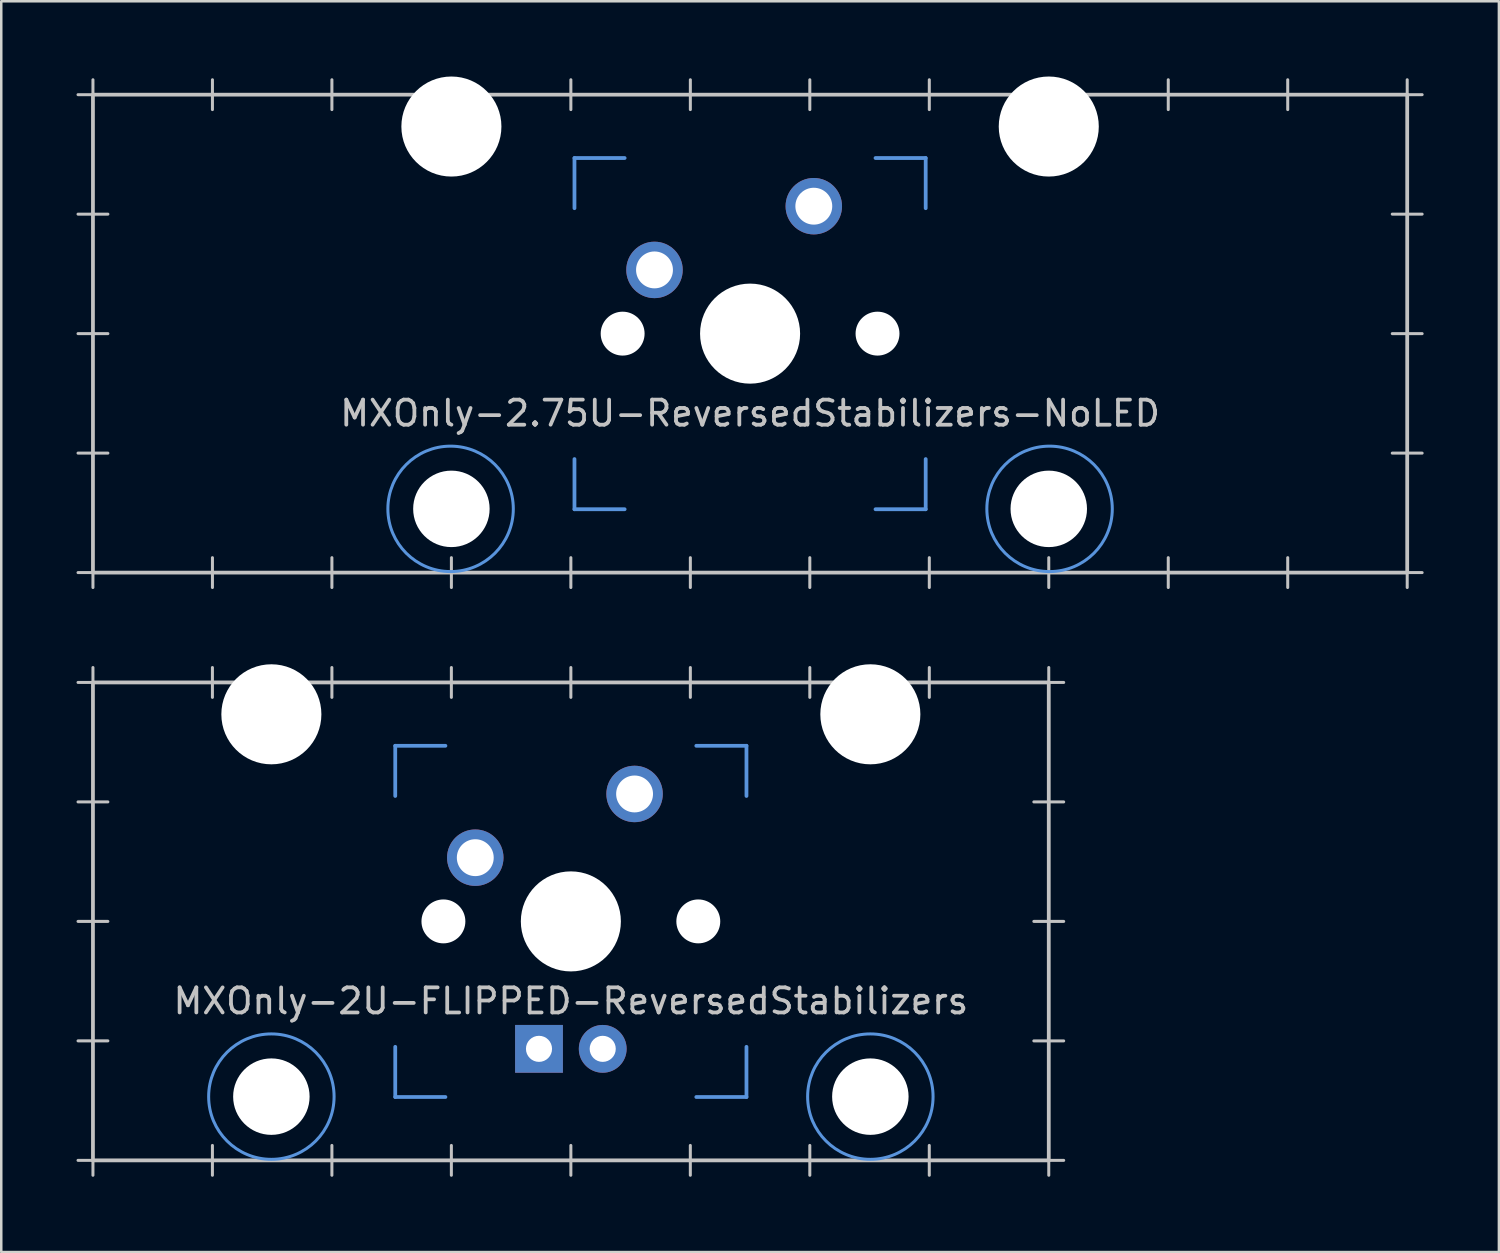
<source format=kicad_pcb>
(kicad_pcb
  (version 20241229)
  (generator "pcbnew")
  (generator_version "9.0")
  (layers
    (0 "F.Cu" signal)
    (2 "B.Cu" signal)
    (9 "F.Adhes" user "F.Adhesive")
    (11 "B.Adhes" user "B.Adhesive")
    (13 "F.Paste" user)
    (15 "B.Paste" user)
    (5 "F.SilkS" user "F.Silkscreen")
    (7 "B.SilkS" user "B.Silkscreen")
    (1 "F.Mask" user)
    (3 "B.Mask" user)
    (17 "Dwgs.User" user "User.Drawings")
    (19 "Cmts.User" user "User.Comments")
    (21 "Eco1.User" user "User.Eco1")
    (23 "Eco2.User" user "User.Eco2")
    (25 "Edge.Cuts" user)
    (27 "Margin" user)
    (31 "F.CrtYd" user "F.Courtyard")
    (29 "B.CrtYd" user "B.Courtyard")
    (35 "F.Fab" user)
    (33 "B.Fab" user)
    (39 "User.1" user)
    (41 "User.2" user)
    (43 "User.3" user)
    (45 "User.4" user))
  (footprint "MXOnly-2.75U-ReversedStabilizers-NoLED"
    (layer "F.Cu")
    (at 26.849 10.249)
    (property "Reference" "MXOnly-2.75U-ReversedStabilizers-NoLED" (at 0 3.175 0) (layer "Dwgs.User") (effects (font (size 1 1) (thickness 0.15))))
    (attr through_hole)
    (fp_line (start -26.789 -9.525) (end -26.194 -9.525) (stroke (width 0.12) (type solid)) (layer "Dwgs.User"))
    (fp_line (start -26.789 -0.000008) (end -25.598 -0.000008) (stroke (width 0.12) (type solid)) (layer "Dwgs.User"))
    (fp_line (start -26.789 4.762) (end -25.598 4.762) (stroke (width 0.12) (type solid)) (layer "Dwgs.User"))
    (fp_line (start -26.789 9.525) (end -26.194 9.525) (stroke (width 0.12) (type solid)) (layer "Dwgs.User"))
    (fp_line (start -26.194 10.12) (end -26.194 9.525) (stroke (width 0.12) (type solid)) (layer "Dwgs.User"))
    (fp_line (start -26.194 -10.12) (end -26.194 -9.525) (stroke (width 0.12) (type solid)) (layer "Dwgs.User"))
    (fp_line (start -26.194 -9.525) (end 26.194 -9.525) (stroke (width 0.15) (type solid)) (layer "Dwgs.User"))
    (fp_line (start -26.194 9.525) (end -26.194 -9.525) (stroke (width 0.15) (type solid)) (layer "Dwgs.User"))
    (fp_line (start -26.194 9.525) (end 26.194 9.525) (stroke (width 0.15) (type solid)) (layer "Dwgs.User"))
    (fp_line (start -25.598 -4.763) (end -26.789 -4.763) (stroke (width 0.12) (type solid)) (layer "Dwgs.User"))
    (fp_line (start -21.431 8.93) (end -21.431 10.12) (stroke (width 0.12) (type solid)) (layer "Dwgs.User"))
    (fp_line (start -21.431 -10.12) (end -21.431 -8.93) (stroke (width 0.12) (type solid)) (layer "Dwgs.User"))
    (fp_line (start -16.669 8.93) (end -16.669 10.12) (stroke (width 0.12) (type solid)) (layer "Dwgs.User"))
    (fp_line (start -16.669 -10.12) (end -16.669 -8.93) (stroke (width 0.12) (type solid)) (layer "Dwgs.User"))
    (fp_line (start -11.906 10.12) (end -11.906 8.93) (stroke (width 0.12) (type solid)) (layer "Dwgs.User"))
    (fp_line (start -11.906 -8.93) (end -11.906 -10.12) (stroke (width 0.12) (type solid)) (layer "Dwgs.User"))
    (fp_line (start -7.144 8.93) (end -7.144 10.12) (stroke (width 0.12) (type solid)) (layer "Dwgs.User"))
    (fp_line (start -7.144 -10.12) (end -7.144 -8.93) (stroke (width 0.12) (type solid)) (layer "Dwgs.User"))
    (fp_line (start -2.381 10.12) (end -2.381 8.93) (stroke (width 0.12) (type solid)) (layer "Dwgs.User"))
    (fp_line (start -2.381 -8.93) (end -2.381 -10.12) (stroke (width 0.12) (type solid)) (layer "Dwgs.User"))
    (fp_line (start 2.381 8.93) (end 2.381 10.12) (stroke (width 0.12) (type solid)) (layer "Dwgs.User"))
    (fp_line (start 2.381 -10.12) (end 2.381 -8.93) (stroke (width 0.12) (type solid)) (layer "Dwgs.User"))
    (fp_line (start 7.144 10.12) (end 7.144 8.93) (stroke (width 0.12) (type solid)) (layer "Dwgs.User"))
    (fp_line (start 7.144 -8.93) (end 7.144 -10.12) (stroke (width 0.12) (type solid)) (layer "Dwgs.User"))
    (fp_line (start 11.906 10.12) (end 11.906 8.93) (stroke (width 0.12) (type solid)) (layer "Dwgs.User"))
    (fp_line (start 11.906 -8.93) (end 11.906 -10.12) (stroke (width 0.12) (type solid)) (layer "Dwgs.User"))
    (fp_line (start 16.669 8.93) (end 16.669 10.12) (stroke (width 0.12) (type solid)) (layer "Dwgs.User"))
    (fp_line (start 16.669 -8.93) (end 16.669 -10.12) (stroke (width 0.12) (type solid)) (layer "Dwgs.User"))
    (fp_line (start 21.431 8.93) (end 21.431 10.12) (stroke (width 0.12) (type solid)) (layer "Dwgs.User"))
    (fp_line (start 21.431 -8.93) (end 21.431 -10.12) (stroke (width 0.12) (type solid)) (layer "Dwgs.User"))
    (fp_line (start 25.598 4.763) (end 26.789 4.763) (stroke (width 0.12) (type solid)) (layer "Dwgs.User"))
    (fp_line (start 26.194 -9.525) (end 26.194 9.525) (stroke (width 0.15) (type solid)) (layer "Dwgs.User"))
    (fp_line (start 26.194 10.12) (end 26.194 9.525) (stroke (width 0.12) (type solid)) (layer "Dwgs.User"))
    (fp_line (start 26.194 -10.12) (end 26.194 -9.525) (stroke (width 0.12) (type solid)) (layer "Dwgs.User"))
    (fp_line (start 26.789 -9.525) (end 26.194 -9.525) (stroke (width 0.12) (type solid)) (layer "Dwgs.User"))
    (fp_line (start 26.789 -4.763) (end 25.598 -4.763) (stroke (width 0.12) (type solid)) (layer "Dwgs.User"))
    (fp_line (start 26.789 0) (end 25.598 0) (stroke (width 0.12) (type solid)) (layer "Dwgs.User"))
    (fp_line (start 26.789 9.525) (end 26.194 9.525) (stroke (width 0.12) (type solid)) (layer "Dwgs.User"))
    (fp_line (start -7 -7) (end -7 -5) (stroke (width 0.15) (type solid)) (layer "Cmts.User"))
    (fp_line (start -7 7) (end -7 5) (stroke (width 0.15) (type solid)) (layer "Cmts.User"))
    (fp_line (start -5 -7) (end -7 -7) (stroke (width 0.15) (type solid)) (layer "Cmts.User"))
    (fp_line (start -5 7) (end -7 7) (stroke (width 0.15) (type solid)) (layer "Cmts.User"))
    (fp_line (start 5 -7) (end 7 -7) (stroke (width 0.15) (type solid)) (layer "Cmts.User"))
    (fp_line (start 7 -7) (end 7 -5) (stroke (width 0.15) (type solid)) (layer "Cmts.User"))
    (fp_line (start 7 5) (end 7 7) (stroke (width 0.15) (type solid)) (layer "Cmts.User"))
    (fp_line (start 7 7) (end 5 7) (stroke (width 0.15) (type solid)) (layer "Cmts.User"))
    (fp_circle (center -11.938 6.985) (end -14.438 6.985) (stroke (width 0.12) (type solid)) (fill no) (layer "Cmts.User"))
    (fp_circle (center 11.938 6.985) (end 9.438 6.985) (stroke (width 0.12) (type solid)) (fill no) (layer "Cmts.User"))
    (pad "" np_thru_hole circle (at -11.906 -8.255) (size 3.988 3.988) (drill 3.988) (layers "*.Cu" "*.Mask"))
    (pad "" np_thru_hole circle (at -11.906 6.985) (size 3.048 3.048) (drill 3.048) (layers "*.Cu" "*.Mask"))
    (pad "" np_thru_hole circle (at -5.08 0 48.1) (size 1.75 1.75) (drill 1.75) (layers "*.Cu" "*.Mask"))
    (pad "" np_thru_hole circle (at 0 0) (size 3.988 3.988) (drill 3.988) (layers "*.Cu" "*.Mask"))
    (pad "" np_thru_hole circle (at 5.08 0 48.1) (size 1.75 1.75) (drill 1.75) (layers "*.Cu" "*.Mask"))
    (pad "" np_thru_hole circle (at 11.906 -8.255) (size 3.988 3.988) (drill 3.988) (layers "*.Cu" "*.Mask"))
    (pad "" np_thru_hole circle (at 11.906 6.985) (size 3.048 3.048) (drill 3.048) (layers "*.Cu" "*.Mask"))
    (pad "1" thru_hole circle (at -3.81 -2.54) (size 2.25 2.25) (drill 1.47) (layers "*.Cu" "B.Mask"))
    (pad "2" thru_hole circle (at 2.54 -5.08) (size 2.25 2.25) (drill 1.47) (layers "*.Cu" "B.Mask")))
  (footprint "MXOnly-2U-FLIPPED-ReversedStabilizers"
    (layer "F.Cu")
    (at 19.705 33.678)
    (property "Reference" "MXOnly-2U-FLIPPED-ReversedStabilizers" (at 0 3.175 0) (layer "Dwgs.User") (effects (font (size 1 1) (thickness 0.15))))
    (attr through_hole)
    (fp_line (start -19.645 -9.525) (end -19.05 -9.525) (stroke (width 0.12) (type solid)) (layer "Dwgs.User"))
    (fp_line (start -19.645 -0.000008) (end -18.455 -0.000008) (stroke (width 0.12) (type solid)) (layer "Dwgs.User"))
    (fp_line (start -19.645 4.762) (end -18.455 4.762) (stroke (width 0.12) (type solid)) (layer "Dwgs.User"))
    (fp_line (start -19.645 9.525) (end -19.05 9.525) (stroke (width 0.12) (type solid)) (layer "Dwgs.User"))
    (fp_line (start -19.05 10.12) (end -19.05 9.525) (stroke (width 0.12) (type solid)) (layer "Dwgs.User"))
    (fp_line (start -19.05 -10.12) (end -19.05 -9.525) (stroke (width 0.12) (type solid)) (layer "Dwgs.User"))
    (fp_line (start -19.05 -9.525) (end 19.05 -9.525) (stroke (width 0.15) (type solid)) (layer "Dwgs.User"))
    (fp_line (start -19.05 9.525) (end -19.05 -9.525) (stroke (width 0.15) (type solid)) (layer "Dwgs.User"))
    (fp_line (start -19.05 9.525) (end 19.05 9.525) (stroke (width 0.15) (type solid)) (layer "Dwgs.User"))
    (fp_line (start -18.455 -4.763) (end -19.645 -4.763) (stroke (width 0.12) (type solid)) (layer "Dwgs.User"))
    (fp_line (start -14.288 8.93) (end -14.288 10.12) (stroke (width 0.12) (type solid)) (layer "Dwgs.User"))
    (fp_line (start -14.288 -10.12) (end -14.288 -8.93) (stroke (width 0.12) (type solid)) (layer "Dwgs.User"))
    (fp_line (start -9.525 8.93) (end -9.525 10.12) (stroke (width 0.12) (type solid)) (layer "Dwgs.User"))
    (fp_line (start -9.525 -10.12) (end -9.525 -8.93) (stroke (width 0.12) (type solid)) (layer "Dwgs.User"))
    (fp_line (start -4.763 10.12) (end -4.763 8.93) (stroke (width 0.12) (type solid)) (layer "Dwgs.User"))
    (fp_line (start -4.763 -8.93) (end -4.763 -10.12) (stroke (width 0.12) (type solid)) (layer "Dwgs.User"))
    (fp_line (start -0.000018 8.93) (end -0.000018 10.12) (stroke (width 0.12) (type solid)) (layer "Dwgs.User"))
    (fp_line (start 0 -10.12) (end 0 -8.93) (stroke (width 0.12) (type solid)) (layer "Dwgs.User"))
    (fp_line (start 4.762 10.12) (end 4.762 8.93) (stroke (width 0.12) (type solid)) (layer "Dwgs.User"))
    (fp_line (start 4.763 -8.93) (end 4.763 -10.12) (stroke (width 0.12) (type solid)) (layer "Dwgs.User"))
    (fp_line (start 9.525 8.93) (end 9.525 10.12) (stroke (width 0.12) (type solid)) (layer "Dwgs.User"))
    (fp_line (start 9.525 -10.12) (end 9.525 -8.93) (stroke (width 0.12) (type solid)) (layer "Dwgs.User"))
    (fp_line (start 14.287 10.12) (end 14.287 8.93) (stroke (width 0.12) (type solid)) (layer "Dwgs.User"))
    (fp_line (start 14.288 -8.93) (end 14.288 -10.12) (stroke (width 0.12) (type solid)) (layer "Dwgs.User"))
    (fp_line (start 18.455 4.763) (end 19.645 4.763) (stroke (width 0.12) (type solid)) (layer "Dwgs.User"))
    (fp_line (start 19.05 10.12) (end 19.05 9.525) (stroke (width 0.12) (type solid)) (layer "Dwgs.User"))
    (fp_line (start 19.05 -9.525) (end 19.05 9.525) (stroke (width 0.15) (type solid)) (layer "Dwgs.User"))
    (fp_line (start 19.05 -10.12) (end 19.05 -9.525) (stroke (width 0.12) (type solid)) (layer "Dwgs.User"))
    (fp_line (start 19.645 -9.525) (end 19.05 -9.525) (stroke (width 0.12) (type solid)) (layer "Dwgs.User"))
    (fp_line (start 19.645 -4.763) (end 18.455 -4.763) (stroke (width 0.12) (type solid)) (layer "Dwgs.User"))
    (fp_line (start 19.645 0) (end 18.455 0) (stroke (width 0.12) (type solid)) (layer "Dwgs.User"))
    (fp_line (start 19.645 9.525) (end 19.05 9.525) (stroke (width 0.12) (type solid)) (layer "Dwgs.User"))
    (fp_line (start -7 -7) (end -7 -5) (stroke (width 0.15) (type solid)) (layer "Cmts.User"))
    (fp_line (start -7 7) (end -7 5) (stroke (width 0.15) (type solid)) (layer "Cmts.User"))
    (fp_line (start -5 -7) (end -7 -7) (stroke (width 0.15) (type solid)) (layer "Cmts.User"))
    (fp_line (start -5 7) (end -7 7) (stroke (width 0.15) (type solid)) (layer "Cmts.User"))
    (fp_line (start 5 -7) (end 7 -7) (stroke (width 0.15) (type solid)) (layer "Cmts.User"))
    (fp_line (start 7 -7) (end 7 -5) (stroke (width 0.15) (type solid)) (layer "Cmts.User"))
    (fp_line (start 7 5) (end 7 7) (stroke (width 0.15) (type solid)) (layer "Cmts.User"))
    (fp_line (start 7 7) (end 5 7) (stroke (width 0.15) (type solid)) (layer "Cmts.User"))
    (fp_circle (center -11.938 6.985) (end -14.438 6.985) (stroke (width 0.12) (type solid)) (fill no) (layer "Cmts.User"))
    (fp_circle (center 11.938 6.985) (end 9.438 6.985) (stroke (width 0.12) (type solid)) (fill no) (layer "Cmts.User"))
    (pad "" np_thru_hole circle (at -11.938 -8.255) (size 3.988 3.988) (drill 3.988) (layers "*.Cu" "*.Mask"))
    (pad "" np_thru_hole circle (at -11.938 6.985) (size 3.048 3.048) (drill 3.048) (layers "*.Cu" "*.Mask"))
    (pad "" np_thru_hole circle (at -5.08 0 48.1) (size 1.75 1.75) (drill 1.75) (layers "*.Cu" "*.Mask"))
    (pad "" np_thru_hole circle (at 0 0) (size 3.988 3.988) (drill 3.988) (layers "*.Cu" "*.Mask"))
    (pad "" np_thru_hole circle (at 5.08 0 48.1) (size 1.75 1.75) (drill 1.75) (layers "*.Cu" "*.Mask"))
    (pad "" np_thru_hole circle (at 11.938 -8.255) (size 3.988 3.988) (drill 3.988) (layers "*.Cu" "*.Mask"))
    (pad "" np_thru_hole circle (at 11.938 6.985) (size 3.048 3.048) (drill 3.048) (layers "*.Cu" "*.Mask"))
    (pad "1" thru_hole circle (at -3.81 -2.54) (size 2.25 2.25) (drill 1.47) (layers "*.Cu" "B.Mask"))
    (pad "2" thru_hole circle (at 2.54 -5.08) (size 2.25 2.25) (drill 1.47) (layers "*.Cu" "B.Mask"))
    (pad "3" thru_hole circle (at 1.27 5.08) (size 1.905 1.905) (drill 1.04) (layers "*.Cu" "B.Mask"))
    (pad "4" thru_hole rect (at -1.27 5.08) (size 1.905 1.905) (drill 1.04) (layers "*.Cu" "B.Mask")))
  (gr_rect
    (start -3 -3)
    (end 56.698 46.858)
    (stroke (width 0.1) (type default))
    (fill no)
    (layer "Edge.Cuts")))
</source>
